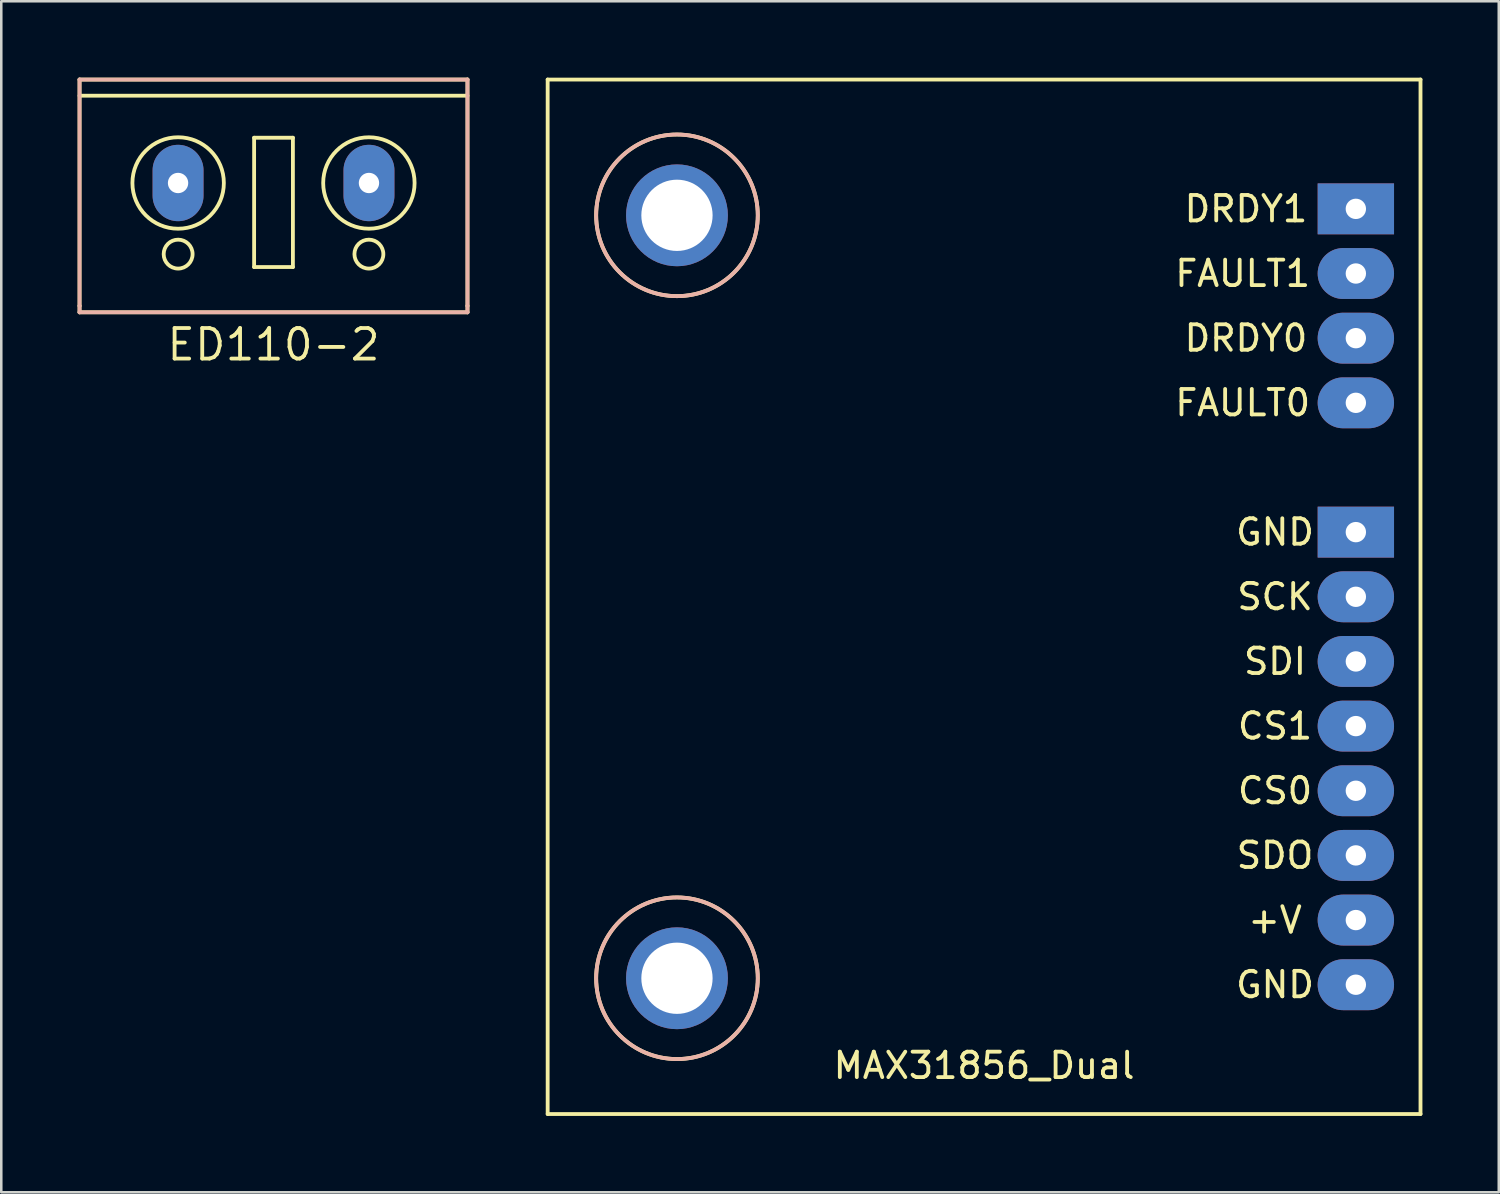
<source format=kicad_pcb>
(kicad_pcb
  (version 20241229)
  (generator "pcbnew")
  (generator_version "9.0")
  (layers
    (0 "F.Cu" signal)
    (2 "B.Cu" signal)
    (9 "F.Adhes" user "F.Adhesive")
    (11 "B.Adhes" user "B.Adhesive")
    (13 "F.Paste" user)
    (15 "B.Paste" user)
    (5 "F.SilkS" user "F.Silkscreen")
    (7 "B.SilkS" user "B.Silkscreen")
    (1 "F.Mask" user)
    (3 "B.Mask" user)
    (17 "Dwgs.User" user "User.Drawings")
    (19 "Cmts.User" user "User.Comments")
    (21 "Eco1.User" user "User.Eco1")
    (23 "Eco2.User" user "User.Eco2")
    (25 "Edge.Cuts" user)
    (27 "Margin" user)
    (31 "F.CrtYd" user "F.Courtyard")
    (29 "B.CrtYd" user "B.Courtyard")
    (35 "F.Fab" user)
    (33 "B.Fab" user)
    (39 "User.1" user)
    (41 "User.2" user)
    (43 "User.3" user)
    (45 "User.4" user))
  (footprint "ED110-2"
    (layer "F.Cu")
    (at 7.695 4.139)
    (property "Reference" "ED110-2" (at 0 6.35 0) (layer "F.SilkS") (effects (font (size 1.2 1.2) (thickness 0.15))))
    (attr through_hole)
    (fp_line (start -7.62 -4.064) (end -7.62 4.826) (stroke (width 0.15) (type solid)) (layer "F.SilkS"))
    (fp_line (start -7.62 -3.429) (end 7.62 -3.429) (stroke (width 0.15) (type solid)) (layer "F.SilkS"))
    (fp_line (start -7.62 4.826) (end -7.62 5.08) (stroke (width 0.15) (type solid)) (layer "F.SilkS"))
    (fp_line (start -7.62 5.08) (end 7.62 5.08) (stroke (width 0.15) (type solid)) (layer "F.SilkS"))
    (fp_line (start -0.762 -1.778) (end 0.762 -1.778) (stroke (width 0.15) (type solid)) (layer "F.SilkS"))
    (fp_line (start -0.762 3.302) (end -0.762 -1.778) (stroke (width 0.15) (type solid)) (layer "F.SilkS"))
    (fp_line (start 0.762 -1.778) (end 0.762 3.302) (stroke (width 0.15) (type solid)) (layer "F.SilkS"))
    (fp_line (start 0.762 3.302) (end -0.762 3.302) (stroke (width 0.15) (type solid)) (layer "F.SilkS"))
    (fp_line (start 7.62 -4.064) (end -7.62 -4.064) (stroke (width 0.15) (type solid)) (layer "F.SilkS"))
    (fp_line (start 7.62 4.826) (end 7.62 -4.064) (stroke (width 0.15) (type solid)) (layer "F.SilkS"))
    (fp_line (start 7.62 4.826) (end 7.62 5.08) (stroke (width 0.15) (type solid)) (layer "F.SilkS"))
    (fp_circle (center -3.747 0) (end -2.477 -1.27) (stroke (width 0.15) (type solid)) (fill no) (layer "F.SilkS"))
    (fp_circle (center -3.747 2.794) (end -3.239 2.54) (stroke (width 0.15) (type solid)) (fill no) (layer "F.SilkS"))
    (fp_circle (center 3.747 0) (end 5.016 -1.27) (stroke (width 0.15) (type solid)) (fill no) (layer "F.SilkS"))
    (fp_circle (center 3.747 2.794) (end 4.255 2.54) (stroke (width 0.15) (type solid)) (fill no) (layer "F.SilkS"))
    (fp_line (start -7.62 -4.064) (end 7.62 -4.064) (stroke (width 0.15) (type solid)) (layer "B.SilkS"))
    (fp_line (start -7.62 4.826) (end -7.62 -4.064) (stroke (width 0.15) (type solid)) (layer "B.SilkS"))
    (fp_line (start -7.62 4.826) (end -7.62 5.08) (stroke (width 0.15) (type solid)) (layer "B.SilkS"))
    (fp_line (start 7.62 -4.064) (end 7.62 4.826) (stroke (width 0.15) (type solid)) (layer "B.SilkS"))
    (fp_line (start 7.62 4.826) (end 7.62 5.08) (stroke (width 0.15) (type solid)) (layer "B.SilkS"))
    (fp_line (start 7.62 5.08) (end -7.62 5.08) (stroke (width 0.15) (type solid)) (layer "B.SilkS"))
    (pad "1" thru_hole oval (at -3.75 0) (size 2 3) (drill 0.8) (layers "*.Cu" "*.Mask"))
    (pad "2" thru_hole oval (at 3.75 0) (size 2 3) (drill 0.8) (layers "*.Cu" "*.Mask")))
  (footprint "MAX31856_Dual"
    (layer "F.Cu")
    (at 35.61 20.395)
    (property "Reference" "MAX31856_Dual" (at 0 18.415 0) (layer "F.SilkS") (effects (font (size 1 1) (thickness 0.15))))
    (attr through_hole)
    (fp_line (start -17.145 -20.32) (end -17.145 20.32) (stroke (width 0.15) (type solid)) (layer "F.SilkS"))
    (fp_line (start -17.145 20.32) (end 17.145 20.32) (stroke (width 0.15) (type solid)) (layer "F.SilkS"))
    (fp_line (start 17.145 -20.32) (end -17.145 -20.32) (stroke (width 0.15) (type solid)) (layer "F.SilkS"))
    (fp_line (start 17.145 20.32) (end 17.145 -20.32) (stroke (width 0.15) (type solid)) (layer "F.SilkS"))
    (fp_circle (center -12.065 -14.986) (end -8.89 -14.986) (stroke (width 0.15) (type solid)) (fill no) (layer "F.SilkS"))
    (fp_circle (center -12.065 14.986) (end -8.89 14.986) (stroke (width 0.15) (type solid)) (fill no) (layer "F.SilkS"))
    (fp_circle (center -12.065 -14.986) (end -8.89 -14.986) (stroke (width 0.15) (type solid)) (fill no) (layer "B.SilkS"))
    (fp_circle (center -12.065 14.986) (end -8.89 14.986) (stroke (width 0.15) (type solid)) (fill no) (layer "B.SilkS"))
    (fp_text user "FAULT0" (at 10.16 -7.62 0) (layer "F.SilkS") (effects (font (size 1 1) (thickness 0.15))))
    (fp_text user "+V" (at 11.43 12.7 0) (layer "F.SilkS") (effects (font (size 1 1) (thickness 0.15))))
    (fp_text user "CS1" (at 11.43 5.08 0) (layer "F.SilkS") (effects (font (size 1 1) (thickness 0.15))))
    (fp_text user "GND" (at 11.43 15.24 0) (layer "F.SilkS") (effects (font (size 1 1) (thickness 0.15))))
    (fp_text user "GND" (at 11.43 -2.54 0) (layer "F.SilkS") (effects (font (size 1 1) (thickness 0.15))))
    (fp_text user "CS0" (at 11.43 7.62 0) (layer "F.SilkS") (effects (font (size 1 1) (thickness 0.15))))
    (fp_text user "SDO" (at 11.43 10.16 0) (layer "F.SilkS") (effects (font (size 1 1) (thickness 0.15))))
    (fp_text user "DRDY0   " (at 11.43 -10.16 0) (layer "F.SilkS") (effects (font (size 1 1) (thickness 0.15))))
    (fp_text user "SCK" (at 11.43 0 0) (layer "F.SilkS") (effects (font (size 1 1) (thickness 0.15))))
    (fp_text user "SDI" (at 11.43 2.54 0) (layer "F.SilkS") (effects (font (size 1 1) (thickness 0.15))))
    (fp_text user "FAULT1" (at 10.16 -12.7 0) (layer "F.SilkS") (effects (font (size 1 1) (thickness 0.15))))
    (fp_text user "DRDY1   " (at 11.43 -15.24 0) (layer "F.SilkS") (effects (font (size 1 1) (thickness 0.15))))
    (pad "" np_thru_hole circle (at -12.065 -14.986) (size 4 4) (drill 2.8) (layers "*.Cu" "*.Mask"))
    (pad "" np_thru_hole circle (at -12.065 14.986) (size 4 4) (drill 2.8) (layers "*.Cu" "*.Mask"))
    (pad "1" thru_hole rect (at 14.605 -2.54) (size 3 2) (drill 0.8) (layers "*.Cu" "*.Mask"))
    (pad "2" thru_hole oval (at 14.605 0) (size 3 2) (drill 0.8) (layers "*.Cu" "*.Mask"))
    (pad "3" thru_hole oval (at 14.605 2.54) (size 3 2) (drill 0.8) (layers "*.Cu" "*.Mask"))
    (pad "4" thru_hole oval (at 14.605 5.08) (size 3 2) (drill 0.8) (layers "*.Cu" "*.Mask"))
    (pad "5" thru_hole oval (at 14.605 7.62) (size 3 2) (drill 0.8) (layers "*.Cu" "*.Mask"))
    (pad "6" thru_hole oval (at 14.605 10.16) (size 3 2) (drill 0.8) (layers "*.Cu" "*.Mask"))
    (pad "7" thru_hole oval (at 14.605 12.7) (size 3 2) (drill 0.8) (layers "*.Cu" "*.Mask"))
    (pad "8" thru_hole oval (at 14.605 15.24) (size 3 2) (drill 0.8) (layers "*.Cu" "*.Mask"))
    (pad "D0" thru_hole oval (at 14.605 -10.16) (size 3 2) (drill 0.8) (layers "*.Cu" "*.Mask"))
    (pad "D1" thru_hole rect (at 14.605 -15.24) (size 3 2) (drill 0.8) (layers "*.Cu" "*.Mask"))
    (pad "F0" thru_hole oval (at 14.605 -7.62) (size 3 2) (drill 0.8) (layers "*.Cu" "*.Mask"))
    (pad "F1" thru_hole oval (at 14.605 -12.7) (size 3 2) (drill 0.8) (layers "*.Cu" "*.Mask")))
  (gr_rect
    (start -3 -3)
    (end 55.83 43.79)
    (stroke (width 0.1) (type default))
    (fill no)
    (layer "Edge.Cuts")))
</source>
